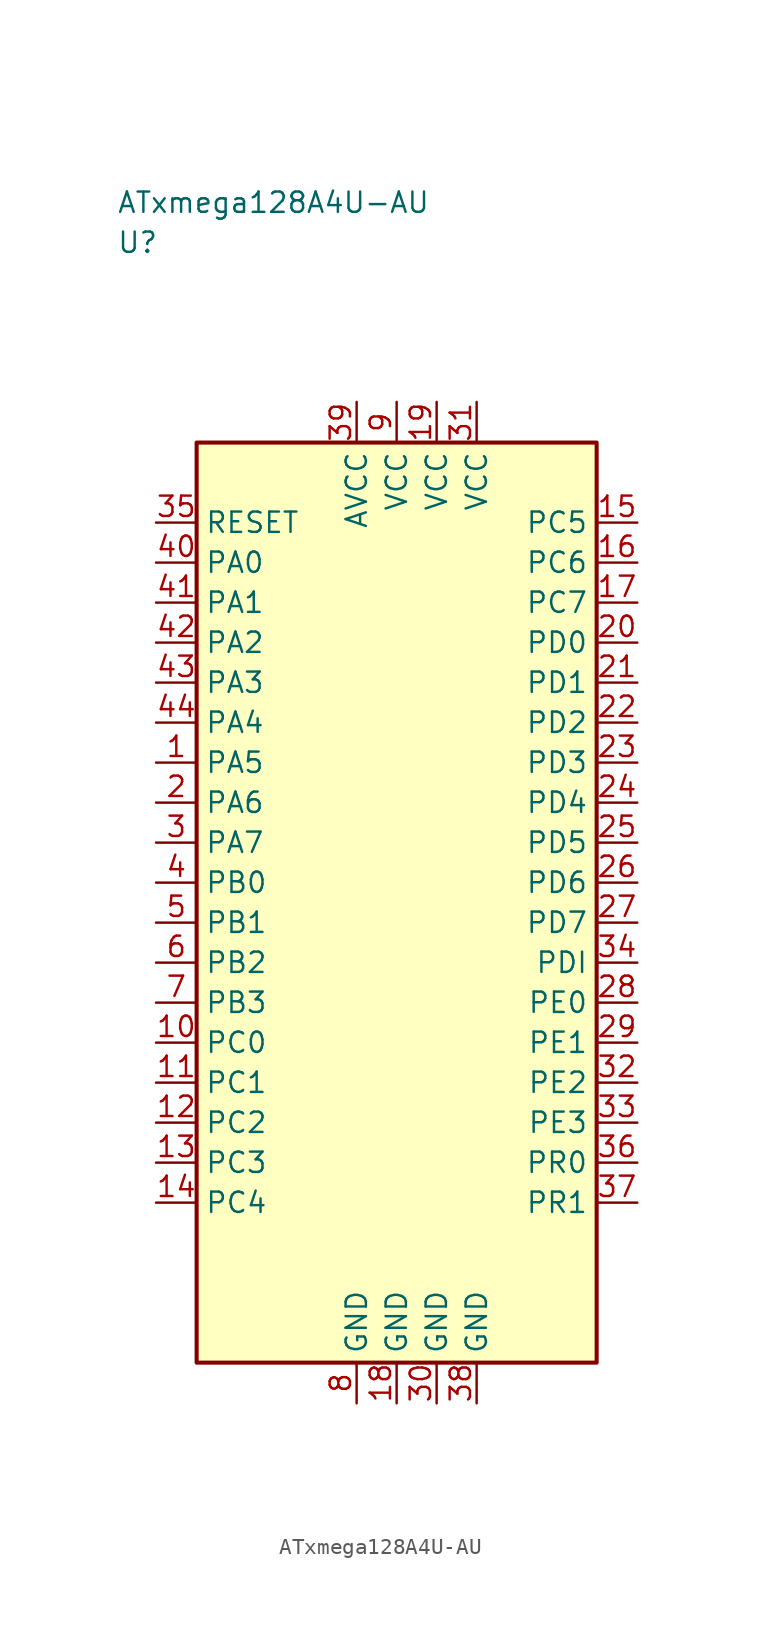
<source format=kicad_sym>
(kicad_symbol_lib
  (version 20241025)
  (generator "kicad_symbol_editor")
  (generator_version "8.0")
  (symbol "ATxmega128A4U-AU"
    (property "Reference" "U"
      (at -17.5 41.25 0)
      (effects (font (size 1.27 1.27)) (justify left)))
    (property "Value" "ATxmega128A4U-AU"
      (at -17.5 43.75 0)
      (effects (font (size 1.27 1.27)) (justify left)))
    (symbol "ATxmega128A4U-AU_0_1"
      (rectangle (start -12.5 28.75) (end 12.5 -28.75) (stroke (width 0.254) (type default)) (fill (type background))))
    (symbol "ATxmega128A4U-AU_1_1"
      (pin bidirectional line (at -15.04 8.75 0.0) (length 2.54) (name "PA5" (effects (font (size 1.27 1.27)))) (number "1" (effects (font (size 1.27 1.27)))))
      (pin bidirectional line (at -15.04 6.25 0.0) (length 2.54) (name "PA6" (effects (font (size 1.27 1.27)))) (number "2" (effects (font (size 1.27 1.27)))))
      (pin bidirectional line (at -15.04 3.75 0.0) (length 2.54) (name "PA7" (effects (font (size 1.27 1.27)))) (number "3" (effects (font (size 1.27 1.27)))))
      (pin bidirectional line (at -15.04 1.25 0.0) (length 2.54) (name "PB0" (effects (font (size 1.27 1.27)))) (number "4" (effects (font (size 1.27 1.27)))))
      (pin bidirectional line (at -15.04 -1.25 0.0) (length 2.54) (name "PB1" (effects (font (size 1.27 1.27)))) (number "5" (effects (font (size 1.27 1.27)))))
      (pin bidirectional line (at -15.04 -3.75 0.0) (length 2.54) (name "PB2" (effects (font (size 1.27 1.27)))) (number "6" (effects (font (size 1.27 1.27)))))
      (pin bidirectional line (at -15.04 -6.25 0.0) (length 2.54) (name "PB3" (effects (font (size 1.27 1.27)))) (number "7" (effects (font (size 1.27 1.27)))))
      (pin passive line (at -2.5 -31.29 90.0) (length 2.54) (name "GND" (effects (font (size 1.27 1.27)))) (number "8" (effects (font (size 1.27 1.27)))))
      (pin power_in line (at 0.0 31.29 270.0) (length 2.54) (name "VCC" (effects (font (size 1.27 1.27)))) (number "9" (effects (font (size 1.27 1.27)))))
      (pin bidirectional line (at -15.04 -8.75 0.0) (length 2.54) (name "PC0" (effects (font (size 1.27 1.27)))) (number "10" (effects (font (size 1.27 1.27)))))
      (pin bidirectional line (at -15.04 -11.25 0.0) (length 2.54) (name "PC1" (effects (font (size 1.27 1.27)))) (number "11" (effects (font (size 1.27 1.27)))))
      (pin bidirectional line (at -15.04 -13.75 0.0) (length 2.54) (name "PC2" (effects (font (size 1.27 1.27)))) (number "12" (effects (font (size 1.27 1.27)))))
      (pin bidirectional line (at -15.04 -16.25 0.0) (length 2.54) (name "PC3" (effects (font (size 1.27 1.27)))) (number "13" (effects (font (size 1.27 1.27)))))
      (pin bidirectional line (at -15.04 -18.75 0.0) (length 2.54) (name "PC4" (effects (font (size 1.27 1.27)))) (number "14" (effects (font (size 1.27 1.27)))))
      (pin bidirectional line (at 15.04 23.75 180.0) (length 2.54) (name "PC5" (effects (font (size 1.27 1.27)))) (number "15" (effects (font (size 1.27 1.27)))))
      (pin bidirectional line (at 15.04 21.25 180.0) (length 2.54) (name "PC6" (effects (font (size 1.27 1.27)))) (number "16" (effects (font (size 1.27 1.27)))))
      (pin bidirectional line (at 15.04 18.75 180.0) (length 2.54) (name "PC7" (effects (font (size 1.27 1.27)))) (number "17" (effects (font (size 1.27 1.27)))))
      (pin passive line (at 0.0 -31.29 90.0) (length 2.54) (name "GND" (effects (font (size 1.27 1.27)))) (number "18" (effects (font (size 1.27 1.27)))))
      (pin power_in line (at 2.5 31.29 270.0) (length 2.54) (name "VCC" (effects (font (size 1.27 1.27)))) (number "19" (effects (font (size 1.27 1.27)))))
      (pin bidirectional line (at 15.04 16.25 180.0) (length 2.54) (name "PD0" (effects (font (size 1.27 1.27)))) (number "20" (effects (font (size 1.27 1.27)))))
      (pin bidirectional line (at 15.04 13.75 180.0) (length 2.54) (name "PD1" (effects (font (size 1.27 1.27)))) (number "21" (effects (font (size 1.27 1.27)))))
      (pin bidirectional line (at 15.04 11.25 180.0) (length 2.54) (name "PD2" (effects (font (size 1.27 1.27)))) (number "22" (effects (font (size 1.27 1.27)))))
      (pin bidirectional line (at 15.04 8.75 180.0) (length 2.54) (name "PD3" (effects (font (size 1.27 1.27)))) (number "23" (effects (font (size 1.27 1.27)))))
      (pin bidirectional line (at 15.04 6.25 180.0) (length 2.54) (name "PD4" (effects (font (size 1.27 1.27)))) (number "24" (effects (font (size 1.27 1.27)))))
      (pin bidirectional line (at 15.04 3.75 180.0) (length 2.54) (name "PD5" (effects (font (size 1.27 1.27)))) (number "25" (effects (font (size 1.27 1.27)))))
      (pin bidirectional line (at 15.04 1.25 180.0) (length 2.54) (name "PD6" (effects (font (size 1.27 1.27)))) (number "26" (effects (font (size 1.27 1.27)))))
      (pin bidirectional line (at 15.04 -1.25 180.0) (length 2.54) (name "PD7" (effects (font (size 1.27 1.27)))) (number "27" (effects (font (size 1.27 1.27)))))
      (pin bidirectional line (at 15.04 -6.25 180.0) (length 2.54) (name "PE0" (effects (font (size 1.27 1.27)))) (number "28" (effects (font (size 1.27 1.27)))))
      (pin bidirectional line (at 15.04 -8.75 180.0) (length 2.54) (name "PE1" (effects (font (size 1.27 1.27)))) (number "29" (effects (font (size 1.27 1.27)))))
      (pin passive line (at 2.5 -31.29 90.0) (length 2.54) (name "GND" (effects (font (size 1.27 1.27)))) (number "30" (effects (font (size 1.27 1.27)))))
      (pin power_in line (at 5.0 31.29 270.0) (length 2.54) (name "VCC" (effects (font (size 1.27 1.27)))) (number "31" (effects (font (size 1.27 1.27)))))
      (pin bidirectional line (at 15.04 -11.25 180.0) (length 2.54) (name "PE2" (effects (font (size 1.27 1.27)))) (number "32" (effects (font (size 1.27 1.27)))))
      (pin bidirectional line (at 15.04 -13.75 180.0) (length 2.54) (name "PE3" (effects (font (size 1.27 1.27)))) (number "33" (effects (font (size 1.27 1.27)))))
      (pin bidirectional line (at 15.04 -3.75 180.0) (length 2.54) (name "PDI" (effects (font (size 1.27 1.27)))) (number "34" (effects (font (size 1.27 1.27)))))
      (pin input line (at -15.04 23.75 0.0) (length 2.54) (name "RESET" (effects (font (size 1.27 1.27)))) (number "35" (effects (font (size 1.27 1.27)))))
      (pin bidirectional line (at 15.04 -16.25 180.0) (length 2.54) (name "PR0" (effects (font (size 1.27 1.27)))) (number "36" (effects (font (size 1.27 1.27)))))
      (pin bidirectional line (at 15.04 -18.75 180.0) (length 2.54) (name "PR1" (effects (font (size 1.27 1.27)))) (number "37" (effects (font (size 1.27 1.27)))))
      (pin passive line (at 5.0 -31.29 90.0) (length 2.54) (name "GND" (effects (font (size 1.27 1.27)))) (number "38" (effects (font (size 1.27 1.27)))))
      (pin power_in line (at -2.5 31.29 270.0) (length 2.54) (name "AVCC" (effects (font (size 1.27 1.27)))) (number "39" (effects (font (size 1.27 1.27)))))
      (pin bidirectional line (at -15.04 21.25 0.0) (length 2.54) (name "PA0" (effects (font (size 1.27 1.27)))) (number "40" (effects (font (size 1.27 1.27)))))
      (pin bidirectional line (at -15.04 18.75 0.0) (length 2.54) (name "PA1" (effects (font (size 1.27 1.27)))) (number "41" (effects (font (size 1.27 1.27)))))
      (pin bidirectional line (at -15.04 16.25 0.0) (length 2.54) (name "PA2" (effects (font (size 1.27 1.27)))) (number "42" (effects (font (size 1.27 1.27)))))
      (pin bidirectional line (at -15.04 13.75 0.0) (length 2.54) (name "PA3" (effects (font (size 1.27 1.27)))) (number "43" (effects (font (size 1.27 1.27)))))
      (pin bidirectional line (at -15.04 11.25 0.0) (length 2.54) (name "PA4" (effects (font (size 1.27 1.27)))) (number "44" (effects (font (size 1.27 1.27))))))))
</source>
